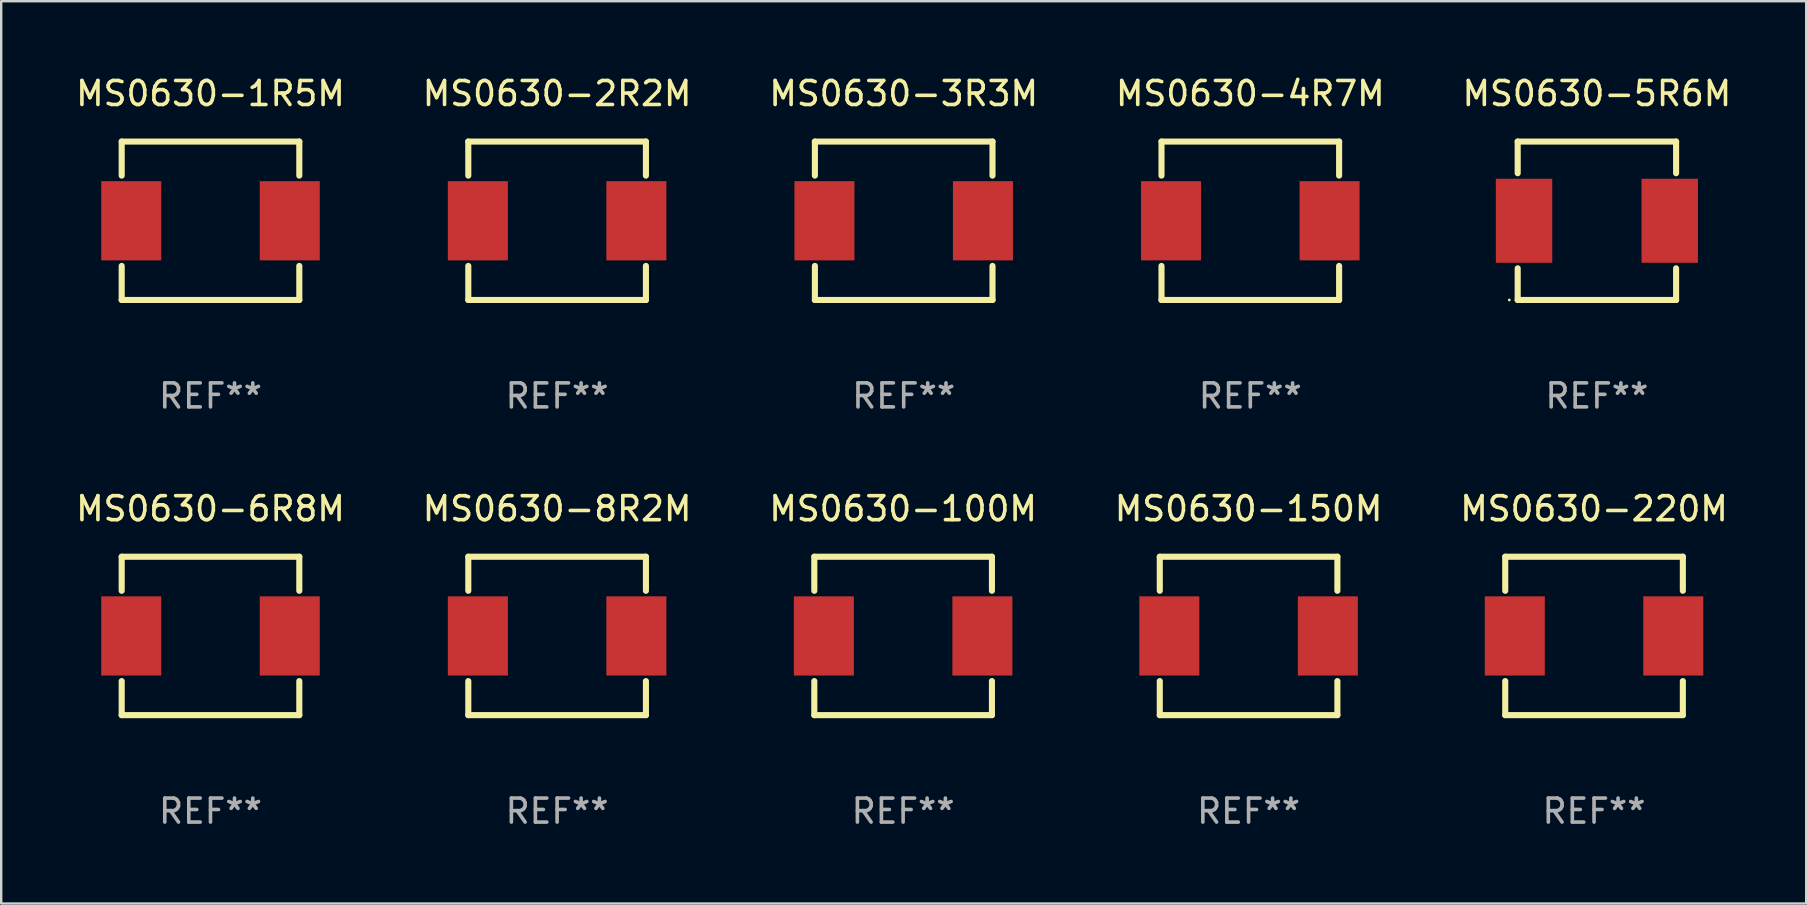
<source format=kicad_pcb>
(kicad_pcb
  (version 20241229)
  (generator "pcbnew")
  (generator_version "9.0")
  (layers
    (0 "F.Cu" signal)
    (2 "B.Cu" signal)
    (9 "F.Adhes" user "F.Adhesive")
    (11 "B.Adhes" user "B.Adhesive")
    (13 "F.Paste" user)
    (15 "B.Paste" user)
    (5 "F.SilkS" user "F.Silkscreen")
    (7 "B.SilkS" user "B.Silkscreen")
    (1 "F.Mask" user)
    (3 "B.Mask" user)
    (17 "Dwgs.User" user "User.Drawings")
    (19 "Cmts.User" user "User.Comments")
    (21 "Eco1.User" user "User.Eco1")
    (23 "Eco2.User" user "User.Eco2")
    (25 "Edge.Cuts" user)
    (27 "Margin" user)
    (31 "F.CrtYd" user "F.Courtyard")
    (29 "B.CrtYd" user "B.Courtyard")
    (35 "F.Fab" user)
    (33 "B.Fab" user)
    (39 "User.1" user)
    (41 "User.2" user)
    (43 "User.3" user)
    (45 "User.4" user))
  (footprint "MS0630-150M"
    (layer "F.Cu")
    (at 48.97 23.445)
    (property "Reference" "MS0630-150M" (at 0 -5.3 0) (layer "F.SilkS") (effects (font (size 1 1) (thickness 0.15))))
    (attr through_hole)
    (fp_line (start -3.7 -3.3) (end -3.7 -1.881) (stroke (width 0.254) (type solid)) (layer "F.SilkS"))
    (fp_line (start -3.7 -3.3) (end 3.7 -3.3) (stroke (width 0.254) (type solid)) (layer "F.SilkS"))
    (fp_line (start -3.7 1.881) (end -3.7 3.3) (stroke (width 0.254) (type solid)) (layer "F.SilkS"))
    (fp_line (start 3.7 -1.881) (end 3.7 -3.3) (stroke (width 0.254) (type solid)) (layer "F.SilkS"))
    (fp_line (start 3.7 3.3) (end -3.7 3.3) (stroke (width 0.254) (type solid)) (layer "F.SilkS"))
    (fp_line (start 3.7 3.3) (end 3.7 1.881) (stroke (width 0.254) (type solid)) (layer "F.SilkS"))
    (fp_circle (center -3.7 3.3) (end -3.67 3.3) (stroke (width 0.06) (type solid)) (fill no) (layer "F.SilkS"))
    (fp_text user "REF**" (at 0 7.3 0) (layer "F.Fab") (effects (font (size 1 1) (thickness 0.15))))
    (pad "1" smd rect (at -3.302 0) (size 2.5 3.3) (layers "F.Cu" "F.Mask" "F.Paste"))
    (pad "2" smd rect (at 3.302 0) (size 2.5 3.3) (layers "F.Cu" "F.Mask" "F.Paste")))
  (footprint "MS0630-3R3M"
    (layer "F.Cu")
    (at 34.601 6.148)
    (property "Reference" "MS0630-3R3M" (at 0 -5.3 0) (layer "F.SilkS") (effects (font (size 1 1) (thickness 0.15))))
    (attr through_hole)
    (fp_line (start -3.7 -3.3) (end -3.7 -1.881) (stroke (width 0.254) (type solid)) (layer "F.SilkS"))
    (fp_line (start -3.7 -3.3) (end 3.7 -3.3) (stroke (width 0.254) (type solid)) (layer "F.SilkS"))
    (fp_line (start -3.7 1.881) (end -3.7 3.3) (stroke (width 0.254) (type solid)) (layer "F.SilkS"))
    (fp_line (start 3.7 -1.881) (end 3.7 -3.3) (stroke (width 0.254) (type solid)) (layer "F.SilkS"))
    (fp_line (start 3.7 3.3) (end -3.7 3.3) (stroke (width 0.254) (type solid)) (layer "F.SilkS"))
    (fp_line (start 3.7 3.3) (end 3.7 1.881) (stroke (width 0.254) (type solid)) (layer "F.SilkS"))
    (fp_circle (center -3.7 3.3) (end -3.67 3.3) (stroke (width 0.06) (type solid)) (fill no) (layer "F.SilkS"))
    (fp_text user "REF**" (at 0 7.3 0) (layer "F.Fab") (effects (font (size 1 1) (thickness 0.15))))
    (pad "1" smd rect (at -3.302 0) (size 2.5 3.3) (layers "F.Cu" "F.Mask" "F.Paste"))
    (pad "2" smd rect (at 3.302 0) (size 2.5 3.3) (layers "F.Cu" "F.Mask" "F.Paste")))
  (footprint "MS0630-6R8M"
    (layer "F.Cu")
    (at 5.72 23.445)
    (property "Reference" "MS0630-6R8M" (at 0 -5.3 0) (layer "F.SilkS") (effects (font (size 1 1) (thickness 0.15))))
    (attr through_hole)
    (fp_line (start -3.7 -3.3) (end -3.7 -1.881) (stroke (width 0.254) (type solid)) (layer "F.SilkS"))
    (fp_line (start -3.7 -3.3) (end 3.7 -3.3) (stroke (width 0.254) (type solid)) (layer "F.SilkS"))
    (fp_line (start -3.7 1.881) (end -3.7 3.3) (stroke (width 0.254) (type solid)) (layer "F.SilkS"))
    (fp_line (start 3.7 -1.881) (end 3.7 -3.3) (stroke (width 0.254) (type solid)) (layer "F.SilkS"))
    (fp_line (start 3.7 3.3) (end -3.7 3.3) (stroke (width 0.254) (type solid)) (layer "F.SilkS"))
    (fp_line (start 3.7 3.3) (end 3.7 1.881) (stroke (width 0.254) (type solid)) (layer "F.SilkS"))
    (fp_circle (center -3.7 3.3) (end -3.67 3.3) (stroke (width 0.06) (type solid)) (fill no) (layer "F.SilkS"))
    (fp_text user "REF**" (at 0 7.3 0) (layer "F.Fab") (effects (font (size 1 1) (thickness 0.15))))
    (pad "1" smd rect (at -3.302 0) (size 2.5 3.3) (layers "F.Cu" "F.Mask" "F.Paste"))
    (pad "2" smd rect (at 3.302 0) (size 2.5 3.3) (layers "F.Cu" "F.Mask" "F.Paste")))
  (footprint "MS0630-220M"
    (layer "F.Cu")
    (at 63.363 23.445)
    (property "Reference" "MS0630-220M" (at 0 -5.3 0) (layer "F.SilkS") (effects (font (size 1 1) (thickness 0.15))))
    (attr through_hole)
    (fp_line (start -3.7 -3.3) (end -3.7 -1.881) (stroke (width 0.254) (type solid)) (layer "F.SilkS"))
    (fp_line (start -3.7 -3.3) (end 3.7 -3.3) (stroke (width 0.254) (type solid)) (layer "F.SilkS"))
    (fp_line (start -3.7 1.881) (end -3.7 3.3) (stroke (width 0.254) (type solid)) (layer "F.SilkS"))
    (fp_line (start 3.7 -1.881) (end 3.7 -3.3) (stroke (width 0.254) (type solid)) (layer "F.SilkS"))
    (fp_line (start 3.7 3.3) (end -3.7 3.3) (stroke (width 0.254) (type solid)) (layer "F.SilkS"))
    (fp_line (start 3.7 3.3) (end 3.7 1.881) (stroke (width 0.254) (type solid)) (layer "F.SilkS"))
    (fp_circle (center -3.7 3.3) (end -3.67 3.3) (stroke (width 0.06) (type solid)) (fill no) (layer "F.SilkS"))
    (fp_text user "REF**" (at 0 7.3 0) (layer "F.Fab") (effects (font (size 1 1) (thickness 0.15))))
    (pad "1" smd rect (at -3.302 0) (size 2.5 3.3) (layers "F.Cu" "F.Mask" "F.Paste"))
    (pad "2" smd rect (at 3.302 0) (size 2.5 3.3) (layers "F.Cu" "F.Mask" "F.Paste")))
  (footprint "MS0630-1R5M"
    (layer "F.Cu")
    (at 5.72 6.148)
    (property "Reference" "MS0630-1R5M" (at 0 -5.3 0) (layer "F.SilkS") (effects (font (size 1 1) (thickness 0.15))))
    (attr through_hole)
    (fp_line (start -3.7 -3.3) (end -3.7 -1.881) (stroke (width 0.254) (type solid)) (layer "F.SilkS"))
    (fp_line (start -3.7 -3.3) (end 3.7 -3.3) (stroke (width 0.254) (type solid)) (layer "F.SilkS"))
    (fp_line (start -3.7 1.881) (end -3.7 3.3) (stroke (width 0.254) (type solid)) (layer "F.SilkS"))
    (fp_line (start 3.7 -1.881) (end 3.7 -3.3) (stroke (width 0.254) (type solid)) (layer "F.SilkS"))
    (fp_line (start 3.7 3.3) (end -3.7 3.3) (stroke (width 0.254) (type solid)) (layer "F.SilkS"))
    (fp_line (start 3.7 3.3) (end 3.7 1.881) (stroke (width 0.254) (type solid)) (layer "F.SilkS"))
    (fp_circle (center -3.7 3.3) (end -3.67 3.3) (stroke (width 0.06) (type solid)) (fill no) (layer "F.SilkS"))
    (fp_text user "REF**" (at 0 7.3 0) (layer "F.Fab") (effects (font (size 1 1) (thickness 0.15))))
    (pad "1" smd rect (at -3.302 0) (size 2.5 3.3) (layers "F.Cu" "F.Mask" "F.Paste"))
    (pad "2" smd rect (at 3.302 0) (size 2.5 3.3) (layers "F.Cu" "F.Mask" "F.Paste")))
  (footprint "MS0630-2R2M"
    (layer "F.Cu")
    (at 20.161 6.148)
    (property "Reference" "MS0630-2R2M" (at 0 -5.3 0) (layer "F.SilkS") (effects (font (size 1 1) (thickness 0.15))))
    (attr through_hole)
    (fp_line (start -3.7 -3.3) (end -3.7 -1.881) (stroke (width 0.254) (type solid)) (layer "F.SilkS"))
    (fp_line (start -3.7 -3.3) (end 3.7 -3.3) (stroke (width 0.254) (type solid)) (layer "F.SilkS"))
    (fp_line (start -3.7 1.881) (end -3.7 3.3) (stroke (width 0.254) (type solid)) (layer "F.SilkS"))
    (fp_line (start 3.7 -1.881) (end 3.7 -3.3) (stroke (width 0.254) (type solid)) (layer "F.SilkS"))
    (fp_line (start 3.7 3.3) (end -3.7 3.3) (stroke (width 0.254) (type solid)) (layer "F.SilkS"))
    (fp_line (start 3.7 3.3) (end 3.7 1.881) (stroke (width 0.254) (type solid)) (layer "F.SilkS"))
    (fp_circle (center -3.7 3.3) (end -3.67 3.3) (stroke (width 0.06) (type solid)) (fill no) (layer "F.SilkS"))
    (fp_text user "REF**" (at 0 7.3 0) (layer "F.Fab") (effects (font (size 1 1) (thickness 0.15))))
    (pad "1" smd rect (at -3.302 0) (size 2.5 3.3) (layers "F.Cu" "F.Mask" "F.Paste"))
    (pad "2" smd rect (at 3.302 0) (size 2.5 3.3) (layers "F.Cu" "F.Mask" "F.Paste")))
  (footprint "MS0630-4R7M"
    (layer "F.Cu")
    (at 49.042 6.148)
    (property "Reference" "MS0630-4R7M" (at 0 -5.3 0) (layer "F.SilkS") (effects (font (size 1 1) (thickness 0.15))))
    (attr through_hole)
    (fp_line (start -3.7 -3.3) (end -3.7 -1.881) (stroke (width 0.254) (type solid)) (layer "F.SilkS"))
    (fp_line (start -3.7 -3.3) (end 3.7 -3.3) (stroke (width 0.254) (type solid)) (layer "F.SilkS"))
    (fp_line (start -3.7 1.881) (end -3.7 3.3) (stroke (width 0.254) (type solid)) (layer "F.SilkS"))
    (fp_line (start 3.7 -1.881) (end 3.7 -3.3) (stroke (width 0.254) (type solid)) (layer "F.SilkS"))
    (fp_line (start 3.7 3.3) (end -3.7 3.3) (stroke (width 0.254) (type solid)) (layer "F.SilkS"))
    (fp_line (start 3.7 3.3) (end 3.7 1.881) (stroke (width 0.254) (type solid)) (layer "F.SilkS"))
    (fp_circle (center -3.7 3.3) (end -3.67 3.3) (stroke (width 0.06) (type solid)) (fill no) (layer "F.SilkS"))
    (fp_text user "REF**" (at 0 7.3 0) (layer "F.Fab") (effects (font (size 1 1) (thickness 0.15))))
    (pad "1" smd rect (at -3.302 0) (size 2.5 3.3) (layers "F.Cu" "F.Mask" "F.Paste"))
    (pad "2" smd rect (at 3.302 0) (size 2.5 3.3) (layers "F.Cu" "F.Mask" "F.Paste")))
  (footprint "MS0630-5R6M"
    (layer "F.Cu")
    (at 63.482 6.148)
    (property "Reference" "MS0630-5R6M" (at 0 -5.3 0) (layer "F.SilkS") (effects (font (size 1 1) (thickness 0.15))))
    (attr through_hole)
    (fp_line (start -3.3 -3.3) (end 3.3 -3.3) (stroke (width 0.254) (type solid)) (layer "F.SilkS"))
    (fp_line (start -3.3 -1.981) (end -3.3 -3.3) (stroke (width 0.254) (type solid)) (layer "F.SilkS"))
    (fp_line (start -3.3 3.3) (end -3.3 1.981) (stroke (width 0.254) (type solid)) (layer "F.SilkS"))
    (fp_line (start 3.3 -3.3) (end 3.3 -1.981) (stroke (width 0.254) (type solid)) (layer "F.SilkS"))
    (fp_line (start 3.3 1.981) (end 3.3 3.3) (stroke (width 0.254) (type solid)) (layer "F.SilkS"))
    (fp_line (start 3.3 3.3) (end -3.3 3.3) (stroke (width 0.254) (type solid)) (layer "F.SilkS"))
    (fp_circle (center -3.65 3.3) (end -3.62 3.3) (stroke (width 0.06) (type solid)) (fill no) (layer "F.SilkS"))
    (fp_text user "REF**" (at 0 7.3 0) (layer "F.Fab") (effects (font (size 1 1) (thickness 0.15))))
    (pad "1" smd rect (at -3.035 0) (size 2.35 3.5) (layers "F.Cu" "F.Mask" "F.Paste"))
    (pad "2" smd rect (at 3.035 0) (size 2.35 3.5) (layers "F.Cu" "F.Mask" "F.Paste")))
  (footprint "MS0630-8R2M"
    (layer "F.Cu")
    (at 20.161 23.445)
    (property "Reference" "MS0630-8R2M" (at 0 -5.3 0) (layer "F.SilkS") (effects (font (size 1 1) (thickness 0.15))))
    (attr through_hole)
    (fp_line (start -3.7 -3.3) (end -3.7 -1.881) (stroke (width 0.254) (type solid)) (layer "F.SilkS"))
    (fp_line (start -3.7 -3.3) (end 3.7 -3.3) (stroke (width 0.254) (type solid)) (layer "F.SilkS"))
    (fp_line (start -3.7 1.881) (end -3.7 3.3) (stroke (width 0.254) (type solid)) (layer "F.SilkS"))
    (fp_line (start 3.7 -1.881) (end 3.7 -3.3) (stroke (width 0.254) (type solid)) (layer "F.SilkS"))
    (fp_line (start 3.7 3.3) (end -3.7 3.3) (stroke (width 0.254) (type solid)) (layer "F.SilkS"))
    (fp_line (start 3.7 3.3) (end 3.7 1.881) (stroke (width 0.254) (type solid)) (layer "F.SilkS"))
    (fp_circle (center -3.7 3.3) (end -3.67 3.3) (stroke (width 0.06) (type solid)) (fill no) (layer "F.SilkS"))
    (fp_text user "REF**" (at 0 7.3 0) (layer "F.Fab") (effects (font (size 1 1) (thickness 0.15))))
    (pad "1" smd rect (at -3.302 0) (size 2.5 3.3) (layers "F.Cu" "F.Mask" "F.Paste"))
    (pad "2" smd rect (at 3.302 0) (size 2.5 3.3) (layers "F.Cu" "F.Mask" "F.Paste")))
  (footprint "MS0630-100M"
    (layer "F.Cu")
    (at 34.577 23.445)
    (property "Reference" "MS0630-100M" (at 0 -5.3 0) (layer "F.SilkS") (effects (font (size 1 1) (thickness 0.15))))
    (attr through_hole)
    (fp_line (start -3.7 -3.3) (end -3.7 -1.881) (stroke (width 0.254) (type solid)) (layer "F.SilkS"))
    (fp_line (start -3.7 -3.3) (end 3.7 -3.3) (stroke (width 0.254) (type solid)) (layer "F.SilkS"))
    (fp_line (start -3.7 1.881) (end -3.7 3.3) (stroke (width 0.254) (type solid)) (layer "F.SilkS"))
    (fp_line (start 3.7 -1.881) (end 3.7 -3.3) (stroke (width 0.254) (type solid)) (layer "F.SilkS"))
    (fp_line (start 3.7 3.3) (end -3.7 3.3) (stroke (width 0.254) (type solid)) (layer "F.SilkS"))
    (fp_line (start 3.7 3.3) (end 3.7 1.881) (stroke (width 0.254) (type solid)) (layer "F.SilkS"))
    (fp_circle (center -3.7 3.3) (end -3.67 3.3) (stroke (width 0.06) (type solid)) (fill no) (layer "F.SilkS"))
    (fp_text user "REF**" (at 0 7.3 0) (layer "F.Fab") (effects (font (size 1 1) (thickness 0.15))))
    (pad "1" smd rect (at -3.302 0) (size 2.5 3.3) (layers "F.Cu" "F.Mask" "F.Paste"))
    (pad "2" smd rect (at 3.302 0) (size 2.5 3.3) (layers "F.Cu" "F.Mask" "F.Paste")))
  (gr_rect
    (start -3 -3)
    (end 72.202 34.593)
    (stroke (width 0.1) (type default))
    (fill no)
    (layer "Edge.Cuts")))
</source>
